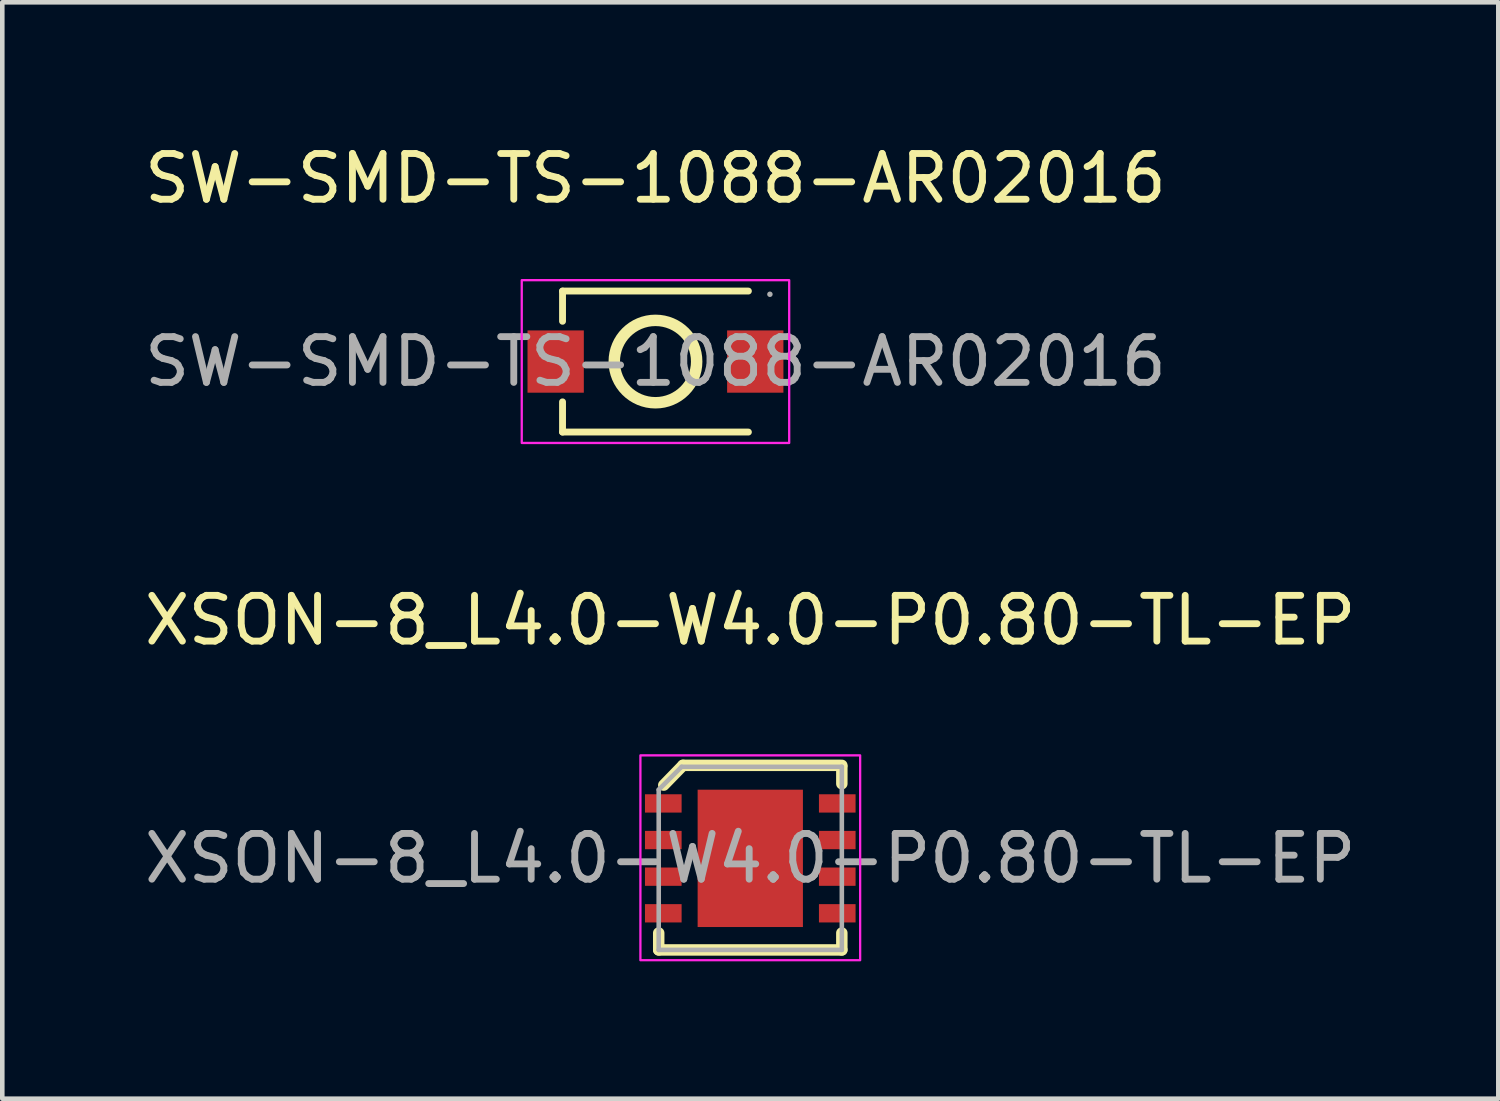
<source format=kicad_pcb>
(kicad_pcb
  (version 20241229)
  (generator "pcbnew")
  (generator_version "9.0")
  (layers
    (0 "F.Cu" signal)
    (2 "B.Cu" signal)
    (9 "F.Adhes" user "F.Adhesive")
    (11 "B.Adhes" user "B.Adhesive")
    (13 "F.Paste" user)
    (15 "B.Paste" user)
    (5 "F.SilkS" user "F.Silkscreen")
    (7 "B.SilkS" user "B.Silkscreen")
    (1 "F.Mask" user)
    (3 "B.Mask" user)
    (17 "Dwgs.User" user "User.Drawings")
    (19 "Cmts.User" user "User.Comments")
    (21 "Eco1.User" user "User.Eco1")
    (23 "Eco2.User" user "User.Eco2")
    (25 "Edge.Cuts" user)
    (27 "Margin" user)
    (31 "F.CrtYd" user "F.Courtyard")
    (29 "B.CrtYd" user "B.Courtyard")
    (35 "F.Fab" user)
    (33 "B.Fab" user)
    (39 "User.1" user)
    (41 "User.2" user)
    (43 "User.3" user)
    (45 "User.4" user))
  (footprint "XSON-8_L4.0-W4.0-P0.80-TL-EP"
    (layer "F.Cu")
    (at 13.339 15.7)
    (property "Reference" "XSON-8_L4.0-W4.0-P0.80-TL-EP" (at 0 -5.2 0) (layer "F.SilkS") (effects (font (size 1 1) (thickness 0.15))))
    (attr smd)
    (fp_line (start -2 2) (end -2 1.63) (stroke (width 0.25) (type solid)) (layer "F.SilkS"))
    (fp_line (start -1.89 -1.6) (end -1.47 -2.032) (stroke (width 0.25) (type solid)) (layer "F.SilkS"))
    (fp_line (start -1.47 -2.032) (end 2 -2.032) (stroke (width 0.25) (type solid)) (layer "F.SilkS"))
    (fp_line (start 2 -2) (end 2 -1.63) (stroke (width 0.25) (type solid)) (layer "F.SilkS"))
    (fp_line (start 2 1.63) (end 2 2) (stroke (width 0.25) (type solid)) (layer "F.SilkS"))
    (fp_line (start 2 2) (end -2 2) (stroke (width 0.25) (type solid)) (layer "F.SilkS"))
    (fp_rect (start -2.4 -2.25) (end 2.4 2.225) (stroke (width 0.05) (type default)) (fill no) (layer "F.CrtYd"))
    (fp_line (start -2 -1.5) (end -1.5 -2) (stroke (width 0.1) (type default)) (layer "F.Fab"))
    (fp_line (start -2 2) (end -2 -1.5) (stroke (width 0.1) (type default)) (layer "F.Fab"))
    (fp_line (start -2 2) (end 2 2) (stroke (width 0.1) (type default)) (layer "F.Fab"))
    (fp_line (start -1.5 -2) (end 2 -2) (stroke (width 0.1) (type default)) (layer "F.Fab"))
    (fp_line (start 2 2) (end 2 -2) (stroke (width 0.1) (type default)) (layer "F.Fab"))
    (fp_text user "${REFERENCE}" (at 0 0 0) (layer "F.Fab") (effects (font (size 1 1) (thickness 0.15))))
    (pad "1" smd rect (at -1.9 -1.2 90) (size 0.4 0.8) (layers "F.Cu" "F.Mask" "F.Paste"))
    (pad "2" smd rect (at -1.9 -0.4 90) (size 0.4 0.8) (layers "F.Cu" "F.Mask" "F.Paste"))
    (pad "3" smd rect (at -1.9 0.4 90) (size 0.4 0.8) (layers "F.Cu" "F.Mask" "F.Paste"))
    (pad "4" smd rect (at -1.9 1.2 90) (size 0.4 0.8) (layers "F.Cu" "F.Mask" "F.Paste"))
    (pad "5" smd rect (at 1.9 1.2 90) (size 0.4 0.8) (layers "F.Cu" "F.Mask" "F.Paste"))
    (pad "6" smd rect (at 1.9 0.4 270) (size 0.4 0.8) (layers "F.Cu" "F.Mask" "F.Paste"))
    (pad "7" smd rect (at 1.9 -0.4 270) (size 0.4 0.8) (layers "F.Cu" "F.Mask" "F.Paste"))
    (pad "8" smd rect (at 1.9 -1.2 270) (size 0.4 0.8) (layers "F.Cu" "F.Mask" "F.Paste"))
    (pad "9" smd rect (at 0 0 180) (size 2.3 3) (layers "F.Cu" "F.Mask" "F.Paste")))
  (footprint "SW-SMD-TS-1088-AR02016"
    (layer "F.Cu")
    (at 11.268 4.848)
    (property "Reference" "SW-SMD-TS-1088-AR02016" (at 0 -4 0) (layer "F.SilkS") (effects (font (size 1 1) (thickness 0.15))))
    (attr smd)
    (fp_line (start -2.03 -1.54) (end -2.03 -0.88) (stroke (width 0.15) (type solid)) (layer "F.SilkS"))
    (fp_line (start -2.03 1.54) (end -2.03 0.88) (stroke (width 0.15) (type solid)) (layer "F.SilkS"))
    (fp_line (start 2.03 -1.54) (end -2.03 -1.54) (stroke (width 0.15) (type solid)) (layer "F.SilkS"))
    (fp_line (start 2.03 1.54) (end -2.03 1.54) (stroke (width 0.15) (type solid)) (layer "F.SilkS"))
    (fp_circle (center 0 0) (end 0.9 0) (stroke (width 0.25) (type solid)) (fill no) (layer "F.SilkS"))
    (fp_rect (start -2.921 -1.778) (end 2.921 1.778) (stroke (width 0.05) (type default)) (fill no) (layer "F.CrtYd"))
    (fp_circle (center 2.5 -1.47) (end 2.53 -1.47) (stroke (width 0.06) (type solid)) (fill no) (layer "F.Fab"))
    (fp_text user "${REFERENCE}" (at 0 0 0) (layer "F.Fab") (effects (font (size 1 1) (thickness 0.15))))
    (pad "1" smd rect (at -2.18 0) (size 1.23 1.36) (layers "F.Cu" "F.Mask" "F.Paste"))
    (pad "2" smd rect (at 2.18 0) (size 1.23 1.36) (layers "F.Cu" "F.Mask" "F.Paste")))
  (gr_rect
    (start -3 -3)
    (end 29.679 20.95)
    (stroke (width 0.1) (type default))
    (fill no)
    (layer "Edge.Cuts")))
</source>
